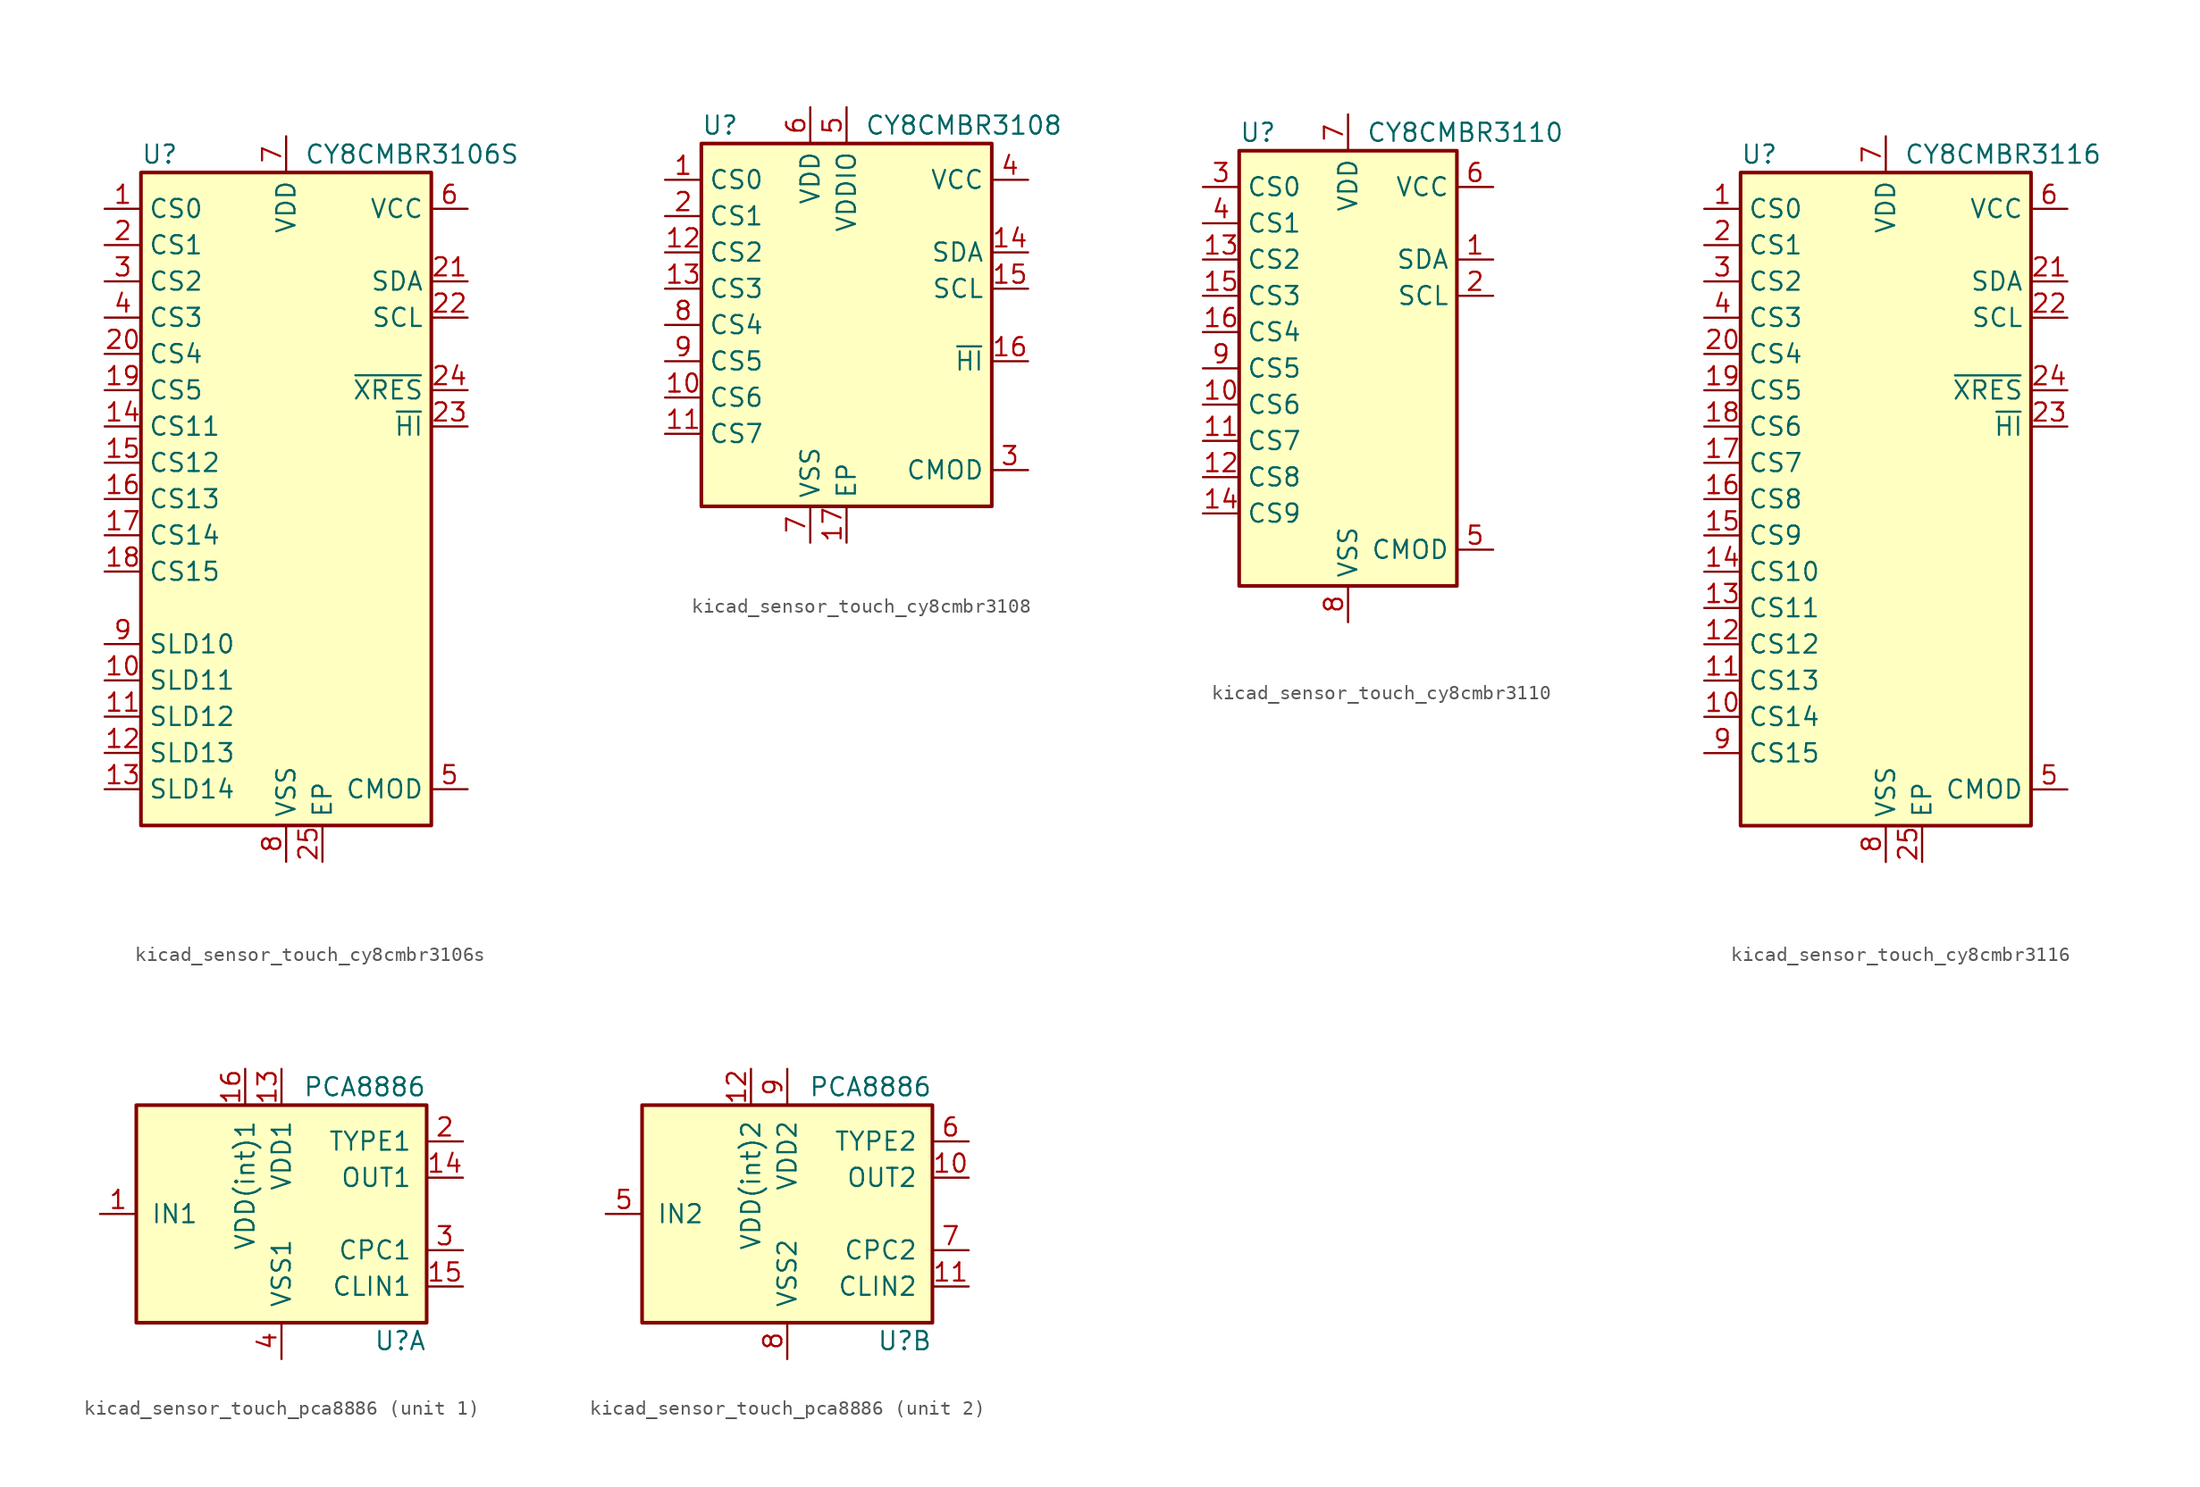
<source format=kicad_sym>
(kicad_symbol_lib
  (version 20220914)
  (generator kicad_symbol_editor)
  (symbol "kicad_sensor_touch_cy8cmbr3106s"
    (property "Reference" "U"
      (at -10.16 24.13 0)
      (effects (font (size 1.27 1.27)) (justify left)))
    (property "Value" "CY8CMBR3106S"
      (at 1.27 24.13 0)
      (effects (font (size 1.27 1.27)) (justify left)))
    (symbol "kicad_sensor_touch_cy8cmbr3106s_0_1"
      (rectangle (start -10.16 22.86) (end 10.16 -22.86) (stroke (width 0.254) (type default)) (fill (type background))))
    (symbol "kicad_sensor_touch_cy8cmbr3106s_1_1"
      (pin passive line (at -12.7 20.32 0) (length 2.54) (name "CS0" (effects (font (size 1.27 1.27)))) (number "1" (effects (font (size 1.27 1.27)))))
      (pin passive line (at -12.7 -12.7 0) (length 2.54) (name "SLD11" (effects (font (size 1.27 1.27)))) (number "10" (effects (font (size 1.27 1.27)))))
      (pin passive line (at -12.7 -15.24 0) (length 2.54) (name "SLD12" (effects (font (size 1.27 1.27)))) (number "11" (effects (font (size 1.27 1.27)))))
      (pin passive line (at -12.7 -17.78 0) (length 2.54) (name "SLD13" (effects (font (size 1.27 1.27)))) (number "12" (effects (font (size 1.27 1.27)))))
      (pin passive line (at -12.7 -20.32 0) (length 2.54) (name "SLD14" (effects (font (size 1.27 1.27)))) (number "13" (effects (font (size 1.27 1.27)))))
      (pin passive line (at -12.7 5.08 0) (length 2.54) (name "CS11" (effects (font (size 1.27 1.27)))) (number "14" (effects (font (size 1.27 1.27)))))
      (pin passive line (at -12.7 2.54 0) (length 2.54) (name "CS12" (effects (font (size 1.27 1.27)))) (number "15" (effects (font (size 1.27 1.27)))))
      (pin passive line (at -12.7 0 0) (length 2.54) (name "CS13" (effects (font (size 1.27 1.27)))) (number "16" (effects (font (size 1.27 1.27)))))
      (pin passive line (at -12.7 -2.54 0) (length 2.54) (name "CS14" (effects (font (size 1.27 1.27)))) (number "17" (effects (font (size 1.27 1.27)))))
      (pin passive line (at -12.7 -5.08 0) (length 2.54) (name "CS15" (effects (font (size 1.27 1.27)))) (number "18" (effects (font (size 1.27 1.27)))))
      (pin passive line (at -12.7 7.62 0) (length 2.54) (name "CS5" (effects (font (size 1.27 1.27)))) (number "19" (effects (font (size 1.27 1.27)))))
      (pin passive line (at -12.7 17.78 0) (length 2.54) (name "CS1" (effects (font (size 1.27 1.27)))) (number "2" (effects (font (size 1.27 1.27)))))
      (pin passive line (at -12.7 10.16 0) (length 2.54) (name "CS4" (effects (font (size 1.27 1.27)))) (number "20" (effects (font (size 1.27 1.27)))))
      (pin bidirectional line (at 12.7 15.24 180) (length 2.54) (name "SDA" (effects (font (size 1.27 1.27)))) (number "21" (effects (font (size 1.27 1.27)))))
      (pin input line (at 12.7 12.7 180) (length 2.54) (name "SCL" (effects (font (size 1.27 1.27)))) (number "22" (effects (font (size 1.27 1.27)))))
      (pin bidirectional line (at 12.7 5.08 180) (length 2.54) (name "~{HI}" (effects (font (size 1.27 1.27)))) (number "23" (effects (font (size 1.27 1.27)))))
      (pin input line (at 12.7 7.62 180) (length 2.54) (name "~{XRES}" (effects (font (size 1.27 1.27)))) (number "24" (effects (font (size 1.27 1.27)))))
      (pin passive line (at 2.54 -25.4 90) (length 2.54) (name "EP" (effects (font (size 1.27 1.27)))) (number "25" (effects (font (size 1.27 1.27)))))
      (pin passive line (at -12.7 15.24 0) (length 2.54) (name "CS2" (effects (font (size 1.27 1.27)))) (number "3" (effects (font (size 1.27 1.27)))))
      (pin passive line (at -12.7 12.7 0) (length 2.54) (name "CS3" (effects (font (size 1.27 1.27)))) (number "4" (effects (font (size 1.27 1.27)))))
      (pin passive line (at 12.7 -20.32 180) (length 2.54) (name "CMOD" (effects (font (size 1.27 1.27)))) (number "5" (effects (font (size 1.27 1.27)))))
      (pin passive line (at 12.7 20.32 180) (length 2.54) (name "VCC" (effects (font (size 1.27 1.27)))) (number "6" (effects (font (size 1.27 1.27)))))
      (pin power_in line (at 0 25.4 270) (length 2.54) (name "VDD" (effects (font (size 1.27 1.27)))) (number "7" (effects (font (size 1.27 1.27)))))
      (pin power_in line (at 0 -25.4 90) (length 2.54) (name "VSS" (effects (font (size 1.27 1.27)))) (number "8" (effects (font (size 1.27 1.27)))))
      (pin passive line (at -12.7 -10.16 0) (length 2.54) (name "SLD10" (effects (font (size 1.27 1.27)))) (number "9" (effects (font (size 1.27 1.27)))))))
  (symbol "kicad_sensor_touch_cy8cmbr3108"
    (property "Reference" "U"
      (at -10.16 13.97 0)
      (effects (font (size 1.27 1.27)) (justify left)))
    (property "Value" "CY8CMBR3108"
      (at 1.27 13.97 0)
      (effects (font (size 1.27 1.27)) (justify left)))
    (symbol "kicad_sensor_touch_cy8cmbr3108_0_1"
      (rectangle (start -10.16 12.7) (end 10.16 -12.7) (stroke (width 0.254) (type default)) (fill (type background))))
    (symbol "kicad_sensor_touch_cy8cmbr3108_1_1"
      (pin passive line (at -12.7 10.16 0) (length 2.54) (name "CS0" (effects (font (size 1.27 1.27)))) (number "1" (effects (font (size 1.27 1.27)))))
      (pin passive line (at -12.7 -5.08 0) (length 2.54) (name "CS6" (effects (font (size 1.27 1.27)))) (number "10" (effects (font (size 1.27 1.27)))))
      (pin passive line (at -12.7 -7.62 0) (length 2.54) (name "CS7" (effects (font (size 1.27 1.27)))) (number "11" (effects (font (size 1.27 1.27)))))
      (pin passive line (at -12.7 5.08 0) (length 2.54) (name "CS2" (effects (font (size 1.27 1.27)))) (number "12" (effects (font (size 1.27 1.27)))))
      (pin passive line (at -12.7 2.54 0) (length 2.54) (name "CS3" (effects (font (size 1.27 1.27)))) (number "13" (effects (font (size 1.27 1.27)))))
      (pin bidirectional line (at 12.7 5.08 180) (length 2.54) (name "SDA" (effects (font (size 1.27 1.27)))) (number "14" (effects (font (size 1.27 1.27)))))
      (pin input line (at 12.7 2.54 180) (length 2.54) (name "SCL" (effects (font (size 1.27 1.27)))) (number "15" (effects (font (size 1.27 1.27)))))
      (pin bidirectional line (at 12.7 -2.54 180) (length 2.54) (name "~{HI}" (effects (font (size 1.27 1.27)))) (number "16" (effects (font (size 1.27 1.27)))))
      (pin passive line (at 0 -15.24 90) (length 2.54) (name "EP" (effects (font (size 1.27 1.27)))) (number "17" (effects (font (size 1.27 1.27)))))
      (pin passive line (at -12.7 7.62 0) (length 2.54) (name "CS1" (effects (font (size 1.27 1.27)))) (number "2" (effects (font (size 1.27 1.27)))))
      (pin passive line (at 12.7 -10.16 180) (length 2.54) (name "CMOD" (effects (font (size 1.27 1.27)))) (number "3" (effects (font (size 1.27 1.27)))))
      (pin passive line (at 12.7 10.16 180) (length 2.54) (name "VCC" (effects (font (size 1.27 1.27)))) (number "4" (effects (font (size 1.27 1.27)))))
      (pin power_in line (at 0 15.24 270) (length 2.54) (name "VDDIO" (effects (font (size 1.27 1.27)))) (number "5" (effects (font (size 1.27 1.27)))))
      (pin power_in line (at -2.54 15.24 270) (length 2.54) (name "VDD" (effects (font (size 1.27 1.27)))) (number "6" (effects (font (size 1.27 1.27)))))
      (pin power_in line (at -2.54 -15.24 90) (length 2.54) (name "VSS" (effects (font (size 1.27 1.27)))) (number "7" (effects (font (size 1.27 1.27)))))
      (pin passive line (at -12.7 0 0) (length 2.54) (name "CS4" (effects (font (size 1.27 1.27)))) (number "8" (effects (font (size 1.27 1.27)))))
      (pin passive line (at -12.7 -2.54 0) (length 2.54) (name "CS5" (effects (font (size 1.27 1.27)))) (number "9" (effects (font (size 1.27 1.27)))))))
  (symbol "kicad_sensor_touch_cy8cmbr3110"
    (property "Reference" "U"
      (at -7.62 16.51 0)
      (effects (font (size 1.27 1.27)) (justify left)))
    (property "Value" "CY8CMBR3110"
      (at 1.27 16.51 0)
      (effects (font (size 1.27 1.27)) (justify left)))
    (symbol "kicad_sensor_touch_cy8cmbr3110_0_1"
      (rectangle (start -7.62 15.24) (end 7.62 -15.24) (stroke (width 0.254) (type default)) (fill (type background))))
    (symbol "kicad_sensor_touch_cy8cmbr3110_1_1"
      (pin bidirectional line (at 10.16 7.62 180) (length 2.54) (name "SDA" (effects (font (size 1.27 1.27)))) (number "1" (effects (font (size 1.27 1.27)))))
      (pin passive line (at -10.16 -2.54 0) (length 2.54) (name "CS6" (effects (font (size 1.27 1.27)))) (number "10" (effects (font (size 1.27 1.27)))))
      (pin passive line (at -10.16 -5.08 0) (length 2.54) (name "CS7" (effects (font (size 1.27 1.27)))) (number "11" (effects (font (size 1.27 1.27)))))
      (pin passive line (at -10.16 -7.62 0) (length 2.54) (name "CS8" (effects (font (size 1.27 1.27)))) (number "12" (effects (font (size 1.27 1.27)))))
      (pin passive line (at -10.16 7.62 0) (length 2.54) (name "CS2" (effects (font (size 1.27 1.27)))) (number "13" (effects (font (size 1.27 1.27)))))
      (pin passive line (at -10.16 -10.16 0) (length 2.54) (name "CS9" (effects (font (size 1.27 1.27)))) (number "14" (effects (font (size 1.27 1.27)))))
      (pin passive line (at -10.16 5.08 0) (length 2.54) (name "CS3" (effects (font (size 1.27 1.27)))) (number "15" (effects (font (size 1.27 1.27)))))
      (pin passive line (at -10.16 2.54 0) (length 2.54) (name "CS4" (effects (font (size 1.27 1.27)))) (number "16" (effects (font (size 1.27 1.27)))))
      (pin input line (at 10.16 5.08 180) (length 2.54) (name "SCL" (effects (font (size 1.27 1.27)))) (number "2" (effects (font (size 1.27 1.27)))))
      (pin passive line (at -10.16 12.7 0) (length 2.54) (name "CS0" (effects (font (size 1.27 1.27)))) (number "3" (effects (font (size 1.27 1.27)))))
      (pin passive line (at -10.16 10.16 0) (length 2.54) (name "CS1" (effects (font (size 1.27 1.27)))) (number "4" (effects (font (size 1.27 1.27)))))
      (pin passive line (at 10.16 -12.7 180) (length 2.54) (name "CMOD" (effects (font (size 1.27 1.27)))) (number "5" (effects (font (size 1.27 1.27)))))
      (pin passive line (at 10.16 12.7 180) (length 2.54) (name "VCC" (effects (font (size 1.27 1.27)))) (number "6" (effects (font (size 1.27 1.27)))))
      (pin power_in line (at 0 17.78 270) (length 2.54) (name "VDD" (effects (font (size 1.27 1.27)))) (number "7" (effects (font (size 1.27 1.27)))))
      (pin power_in line (at 0 -17.78 90) (length 2.54) (name "VSS" (effects (font (size 1.27 1.27)))) (number "8" (effects (font (size 1.27 1.27)))))
      (pin passive line (at -10.16 0 0) (length 2.54) (name "CS5" (effects (font (size 1.27 1.27)))) (number "9" (effects (font (size 1.27 1.27)))))))
  (symbol "kicad_sensor_touch_cy8cmbr3116"
    (property "Reference" "U"
      (at -10.16 24.13 0)
      (effects (font (size 1.27 1.27)) (justify left)))
    (property "Value" "CY8CMBR3116"
      (at 1.27 24.13 0)
      (effects (font (size 1.27 1.27)) (justify left)))
    (symbol "kicad_sensor_touch_cy8cmbr3116_0_1"
      (rectangle (start -10.16 22.86) (end 10.16 -22.86) (stroke (width 0.254) (type default)) (fill (type background))))
    (symbol "kicad_sensor_touch_cy8cmbr3116_1_1"
      (pin passive line (at -12.7 20.32 0) (length 2.54) (name "CS0" (effects (font (size 1.27 1.27)))) (number "1" (effects (font (size 1.27 1.27)))))
      (pin passive line (at -12.7 -15.24 0) (length 2.54) (name "CS14" (effects (font (size 1.27 1.27)))) (number "10" (effects (font (size 1.27 1.27)))))
      (pin passive line (at -12.7 -12.7 0) (length 2.54) (name "CS13" (effects (font (size 1.27 1.27)))) (number "11" (effects (font (size 1.27 1.27)))))
      (pin passive line (at -12.7 -10.16 0) (length 2.54) (name "CS12" (effects (font (size 1.27 1.27)))) (number "12" (effects (font (size 1.27 1.27)))))
      (pin passive line (at -12.7 -7.62 0) (length 2.54) (name "CS11" (effects (font (size 1.27 1.27)))) (number "13" (effects (font (size 1.27 1.27)))))
      (pin passive line (at -12.7 -5.08 0) (length 2.54) (name "CS10" (effects (font (size 1.27 1.27)))) (number "14" (effects (font (size 1.27 1.27)))))
      (pin passive line (at -12.7 -2.54 0) (length 2.54) (name "CS9" (effects (font (size 1.27 1.27)))) (number "15" (effects (font (size 1.27 1.27)))))
      (pin passive line (at -12.7 0 0) (length 2.54) (name "CS8" (effects (font (size 1.27 1.27)))) (number "16" (effects (font (size 1.27 1.27)))))
      (pin passive line (at -12.7 2.54 0) (length 2.54) (name "CS7" (effects (font (size 1.27 1.27)))) (number "17" (effects (font (size 1.27 1.27)))))
      (pin passive line (at -12.7 5.08 0) (length 2.54) (name "CS6" (effects (font (size 1.27 1.27)))) (number "18" (effects (font (size 1.27 1.27)))))
      (pin passive line (at -12.7 7.62 0) (length 2.54) (name "CS5" (effects (font (size 1.27 1.27)))) (number "19" (effects (font (size 1.27 1.27)))))
      (pin passive line (at -12.7 17.78 0) (length 2.54) (name "CS1" (effects (font (size 1.27 1.27)))) (number "2" (effects (font (size 1.27 1.27)))))
      (pin passive line (at -12.7 10.16 0) (length 2.54) (name "CS4" (effects (font (size 1.27 1.27)))) (number "20" (effects (font (size 1.27 1.27)))))
      (pin bidirectional line (at 12.7 15.24 180) (length 2.54) (name "SDA" (effects (font (size 1.27 1.27)))) (number "21" (effects (font (size 1.27 1.27)))))
      (pin input line (at 12.7 12.7 180) (length 2.54) (name "SCL" (effects (font (size 1.27 1.27)))) (number "22" (effects (font (size 1.27 1.27)))))
      (pin bidirectional line (at 12.7 5.08 180) (length 2.54) (name "~{HI}" (effects (font (size 1.27 1.27)))) (number "23" (effects (font (size 1.27 1.27)))))
      (pin input line (at 12.7 7.62 180) (length 2.54) (name "~{XRES}" (effects (font (size 1.27 1.27)))) (number "24" (effects (font (size 1.27 1.27)))))
      (pin passive line (at 2.54 -25.4 90) (length 2.54) (name "EP" (effects (font (size 1.27 1.27)))) (number "25" (effects (font (size 1.27 1.27)))))
      (pin passive line (at -12.7 15.24 0) (length 2.54) (name "CS2" (effects (font (size 1.27 1.27)))) (number "3" (effects (font (size 1.27 1.27)))))
      (pin passive line (at -12.7 12.7 0) (length 2.54) (name "CS3" (effects (font (size 1.27 1.27)))) (number "4" (effects (font (size 1.27 1.27)))))
      (pin passive line (at 12.7 -20.32 180) (length 2.54) (name "CMOD" (effects (font (size 1.27 1.27)))) (number "5" (effects (font (size 1.27 1.27)))))
      (pin passive line (at 12.7 20.32 180) (length 2.54) (name "VCC" (effects (font (size 1.27 1.27)))) (number "6" (effects (font (size 1.27 1.27)))))
      (pin power_in line (at 0 25.4 270) (length 2.54) (name "VDD" (effects (font (size 1.27 1.27)))) (number "7" (effects (font (size 1.27 1.27)))))
      (pin power_in line (at 0 -25.4 90) (length 2.54) (name "VSS" (effects (font (size 1.27 1.27)))) (number "8" (effects (font (size 1.27 1.27)))))
      (pin passive line (at -12.7 -17.78 0) (length 2.54) (name "CS15" (effects (font (size 1.27 1.27)))) (number "9" (effects (font (size 1.27 1.27)))))))
  (symbol "kicad_sensor_touch_pca8886"
    (pin_names
      (offset 1.016))
    (property "Reference" "U"
      (at 10.16 -8.89 0)
      (effects (font (size 1.27 1.27)) (justify right)))
    (property "Value" "PCA8886"
      (at 10.16 8.89 0)
      (effects (font (size 1.27 1.27)) (justify right)))
    (property "ki_locked" ""
      (at 0 0 0)
      (effects (font (size 1.27 1.27))))
    (symbol "kicad_sensor_touch_pca8886_0_1"
      (rectangle (start 10.16 -7.62) (end -10.16 7.62) (stroke (width 0.254) (type default)) (fill (type background))))
    (symbol "kicad_sensor_touch_pca8886_1_1"
      (pin input line (at -12.7 0 0) (length 2.54) (name "IN1" (effects (font (size 1.27 1.27)))) (number "1" (effects (font (size 1.27 1.27)))))
      (pin power_in line (at 0 10.16 270) (length 2.54) (name "VDD1" (effects (font (size 1.27 1.27)))) (number "13" (effects (font (size 1.27 1.27)))))
      (pin output line (at 12.7 2.54 180) (length 2.54) (name "OUT1" (effects (font (size 1.27 1.27)))) (number "14" (effects (font (size 1.27 1.27)))))
      (pin bidirectional line (at 12.7 -5.08 180) (length 2.54) (name "CLIN1" (effects (font (size 1.27 1.27)))) (number "15" (effects (font (size 1.27 1.27)))))
      (pin power_out line (at -2.54 10.16 270) (length 2.54) (name "VDD(int)1" (effects (font (size 1.27 1.27)))) (number "16" (effects (font (size 1.27 1.27)))))
      (pin input line (at 12.7 5.08 180) (length 2.54) (name "TYPE1" (effects (font (size 1.27 1.27)))) (number "2" (effects (font (size 1.27 1.27)))))
      (pin bidirectional line (at 12.7 -2.54 180) (length 2.54) (name "CPC1" (effects (font (size 1.27 1.27)))) (number "3" (effects (font (size 1.27 1.27)))))
      (pin power_in line (at 0 -10.16 90) (length 2.54) (name "VSS1" (effects (font (size 1.27 1.27)))) (number "4" (effects (font (size 1.27 1.27))))))
    (symbol "kicad_sensor_touch_pca8886_2_1"
      (pin output line (at 12.7 2.54 180) (length 2.54) (name "OUT2" (effects (font (size 1.27 1.27)))) (number "10" (effects (font (size 1.27 1.27)))))
      (pin bidirectional line (at 12.7 -5.08 180) (length 2.54) (name "CLIN2" (effects (font (size 1.27 1.27)))) (number "11" (effects (font (size 1.27 1.27)))))
      (pin power_out line (at -2.54 10.16 270) (length 2.54) (name "VDD(int)2" (effects (font (size 1.27 1.27)))) (number "12" (effects (font (size 1.27 1.27)))))
      (pin input line (at -12.7 0 0) (length 2.54) (name "IN2" (effects (font (size 1.27 1.27)))) (number "5" (effects (font (size 1.27 1.27)))))
      (pin input line (at 12.7 5.08 180) (length 2.54) (name "TYPE2" (effects (font (size 1.27 1.27)))) (number "6" (effects (font (size 1.27 1.27)))))
      (pin bidirectional line (at 12.7 -2.54 180) (length 2.54) (name "CPC2" (effects (font (size 1.27 1.27)))) (number "7" (effects (font (size 1.27 1.27)))))
      (pin power_in line (at 0 -10.16 90) (length 2.54) (name "VSS2" (effects (font (size 1.27 1.27)))) (number "8" (effects (font (size 1.27 1.27)))))
      (pin power_in line (at 0 10.16 270) (length 2.54) (name "VDD2" (effects (font (size 1.27 1.27)))) (number "9" (effects (font (size 1.27 1.27))))))))
</source>
